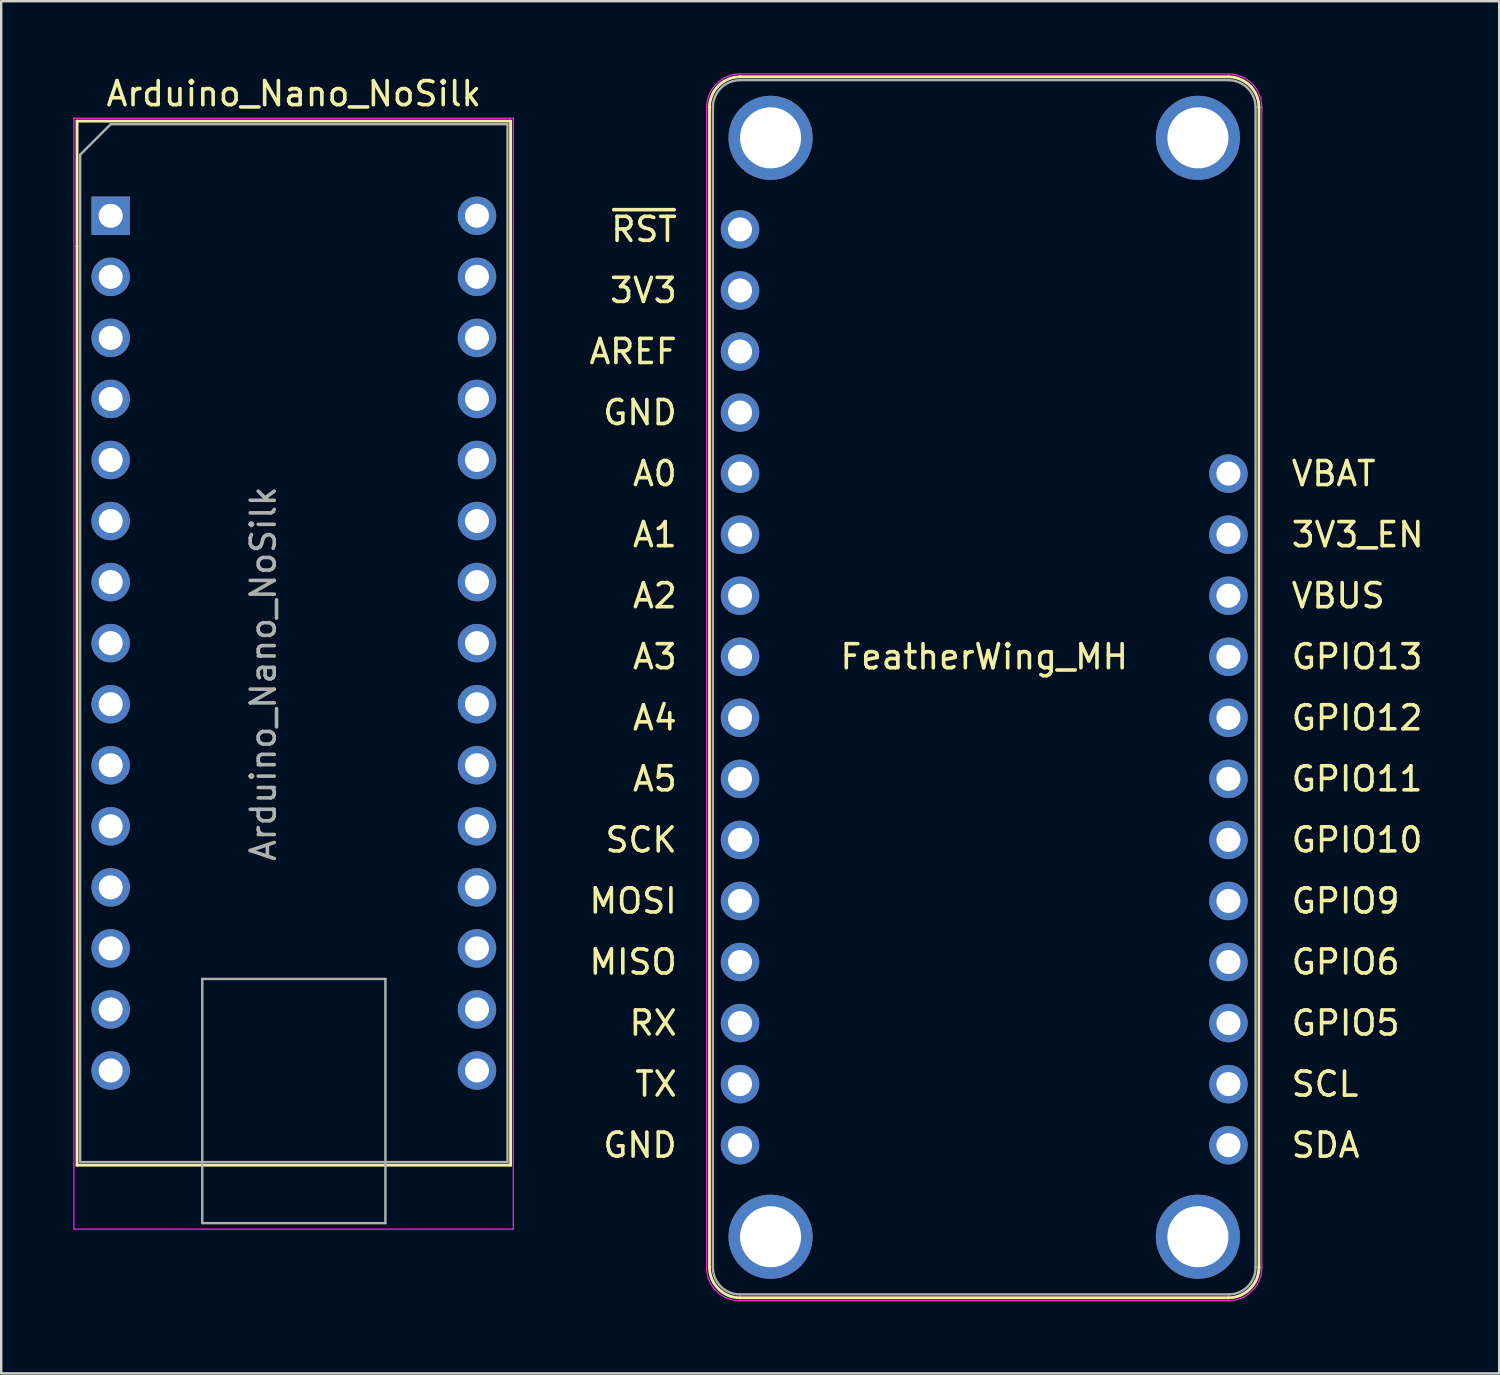
<source format=kicad_pcb>
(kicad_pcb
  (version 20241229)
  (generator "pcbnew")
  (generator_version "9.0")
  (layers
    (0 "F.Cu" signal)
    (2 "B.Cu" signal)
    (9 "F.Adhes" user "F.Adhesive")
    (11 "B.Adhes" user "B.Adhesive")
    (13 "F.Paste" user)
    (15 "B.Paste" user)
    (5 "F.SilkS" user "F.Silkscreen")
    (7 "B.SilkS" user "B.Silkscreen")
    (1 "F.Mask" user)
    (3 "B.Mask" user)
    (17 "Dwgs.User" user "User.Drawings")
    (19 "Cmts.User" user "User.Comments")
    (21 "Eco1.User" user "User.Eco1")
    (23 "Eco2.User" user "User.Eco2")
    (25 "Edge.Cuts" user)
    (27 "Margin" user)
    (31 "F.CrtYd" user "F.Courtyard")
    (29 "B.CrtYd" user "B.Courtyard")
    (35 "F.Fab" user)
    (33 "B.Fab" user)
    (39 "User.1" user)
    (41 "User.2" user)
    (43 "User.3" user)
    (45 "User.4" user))
  (footprint "FeatherWing_MH"
    (layer "F.Cu")
    (at 37.899 25.545)
    (property "Reference" "FeatherWing_MH" (at 0 -1.27 0) (layer "F.SilkS") (effects (font (size 1 1) (thickness 0.15))))
    (attr through_hole)
    (fp_line (start -11.43 24.13) (end -11.43 -24.13) (stroke (width 0.12) (type solid)) (layer "F.SilkS"))
    (fp_line (start -10.16 -25.4) (end 10.16 -25.4) (stroke (width 0.12) (type solid)) (layer "F.SilkS"))
    (fp_line (start 10.16 25.4) (end -10.16 25.4) (stroke (width 0.12) (type solid)) (layer "F.SilkS"))
    (fp_line (start 11.43 -24.13) (end 11.43 24.13) (stroke (width 0.12) (type solid)) (layer "F.SilkS"))
    (fp_arc (start -11.43 -24.13) (mid -11.058026 -25.028026) (end -10.16 -25.4) (stroke (width 0.12) (type solid)) (layer "F.SilkS"))
    (fp_arc (start -10.16 25.4) (mid -11.058026 25.028026) (end -11.43 24.13) (stroke (width 0.12) (type solid)) (layer "F.SilkS"))
    (fp_arc (start 10.16 -25.4) (mid 11.058026 -25.028026) (end 11.43 -24.13) (stroke (width 0.12) (type solid)) (layer "F.SilkS"))
    (fp_arc (start 11.43 24.13) (mid 11.058026 25.028026) (end 10.16 25.4) (stroke (width 0.12) (type solid)) (layer "F.SilkS"))
    (fp_line (start -11.55 24.18) (end -11.55 -24.12) (stroke (width 0.05) (type solid)) (layer "F.CrtYd"))
    (fp_line (start -10.16 -25.52) (end 10.16 -25.52) (stroke (width 0.05) (type solid)) (layer "F.CrtYd"))
    (fp_line (start 10.16 25.52) (end -10.19 25.52) (stroke (width 0.05) (type solid)) (layer "F.CrtYd"))
    (fp_line (start 11.55 -24.13) (end 11.55 24.13) (stroke (width 0.05) (type solid)) (layer "F.CrtYd"))
    (fp_arc (start -11.55 -24.12) (mid -11.139949 -25.109949) (end -10.15 -25.52) (stroke (width 0.05) (type solid)) (layer "F.CrtYd"))
    (fp_arc (start -10.18 25.52) (mid -11.148736 25.118736) (end -11.55 24.15) (stroke (width 0.05) (type solid)) (layer "F.CrtYd"))
    (fp_arc (start 10.16 -25.52) (mid 11.142878 -25.112878) (end 11.55 -24.13) (stroke (width 0.05) (type solid)) (layer "F.CrtYd"))
    (fp_arc (start 11.55 24.13) (mid 11.142878 25.112878) (end 10.16 25.52) (stroke (width 0.05) (type solid)) (layer "F.CrtYd"))
    (fp_line (start -11.29 24.135) (end -11.29 -24.13) (stroke (width 0.1) (type solid)) (layer "F.Fab"))
    (fp_line (start -10.16 -25.26) (end 10.16 -25.26) (stroke (width 0.1) (type solid)) (layer "F.Fab"))
    (fp_line (start 10.16 25.26) (end -10.16 25.26) (stroke (width 0.1) (type solid)) (layer "F.Fab"))
    (fp_line (start 11.29 -24.13) (end 11.29 24.13) (stroke (width 0.1) (type solid)) (layer "F.Fab"))
    (fp_arc (start -11.29 -24.13) (mid -10.959031 -24.929031) (end -10.16 -25.26) (stroke (width 0.1) (type solid)) (layer "F.Fab"))
    (fp_arc (start -10.165 25.26) (mid -10.960495 24.930495) (end -11.29 24.135) (stroke (width 0.1) (type solid)) (layer "F.Fab"))
    (fp_arc (start 10.15 -25.26) (mid 10.95196 -24.936102) (end 11.29 -24.14) (stroke (width 0.1) (type solid)) (layer "F.Fab"))
    (fp_arc (start 11.29 24.14) (mid 10.96196 24.93196) (end 10.17 25.26) (stroke (width 0.1) (type solid)) (layer "F.Fab"))
    (fp_text user "AREF" (at -12.7 -13.97 0) (layer "F.SilkS") (effects (font (size 1 1) (thickness 0.15)) (justify right)))
    (fp_text user "3V3" (at -12.7 -16.51 0) (layer "F.SilkS") (effects (font (size 1 1) (thickness 0.15)) (justify right)))
    (fp_text user "GPIO5" (at 12.7 13.97 0) (layer "F.SilkS") (effects (font (size 1 1) (thickness 0.15)) (justify left)))
    (fp_text user "A5" (at -12.7 3.81 0) (layer "F.SilkS") (effects (font (size 1 1) (thickness 0.15)) (justify right)))
    (fp_text user "GPIO6" (at 12.7 11.43 0) (layer "F.SilkS") (effects (font (size 1 1) (thickness 0.15)) (justify left)))
    (fp_text user "A4" (at -12.7 1.27 0) (layer "F.SilkS") (effects (font (size 1 1) (thickness 0.15)) (justify right)))
    (fp_text user "MOSI" (at -12.7 8.89 0) (layer "F.SilkS") (effects (font (size 1 1) (thickness 0.15)) (justify right)))
    (fp_text user "GPIO9" (at 12.7 8.89 0) (layer "F.SilkS") (effects (font (size 1 1) (thickness 0.15)) (justify left)))
    (fp_text user "GPIO11" (at 12.7 3.81 0) (layer "F.SilkS") (effects (font (size 1 1) (thickness 0.15)) (justify left)))
    (fp_text user "SCK" (at -12.7 6.35 0) (layer "F.SilkS") (effects (font (size 1 1) (thickness 0.15)) (justify right)))
    (fp_text user "GPIO12" (at 12.7 1.27 0) (layer "F.SilkS") (effects (font (size 1 1) (thickness 0.15)) (justify left)))
    (fp_text user "MISO" (at -12.7 11.43 0) (layer "F.SilkS") (effects (font (size 1 1) (thickness 0.15)) (justify right)))
    (fp_text user "RX" (at -12.7 13.97 0) (layer "F.SilkS") (effects (font (size 1 1) (thickness 0.15)) (justify right)))
    (fp_text user "GPIO10" (at 12.7 6.35 0) (layer "F.SilkS") (effects (font (size 1 1) (thickness 0.15)) (justify left)))
    (fp_text user "A1" (at -12.7 -6.35 0) (layer "F.SilkS") (effects (font (size 1 1) (thickness 0.15)) (justify right)))
    (fp_text user "A3" (at -12.7 -1.27 0) (layer "F.SilkS") (effects (font (size 1 1) (thickness 0.15)) (justify right)))
    (fp_text user "GND" (at -12.7 -11.43 0) (layer "F.SilkS") (effects (font (size 1 1) (thickness 0.15)) (justify right)))
    (fp_text user "VBUS" (at 12.7 -3.81 0) (layer "F.SilkS") (effects (font (size 1 1) (thickness 0.15)) (justify left)))
    (fp_text user "TX" (at -12.7 16.51 0) (layer "F.SilkS") (effects (font (size 1 1) (thickness 0.15)) (justify right)))
    (fp_text user "A0" (at -12.7 -8.89 0) (layer "F.SilkS") (effects (font (size 1 1) (thickness 0.15)) (justify right)))
    (fp_text user "SCL" (at 12.7 16.51 0) (layer "F.SilkS") (effects (font (size 1 1) (thickness 0.15)) (justify left)))
    (fp_text user "~{RST}" (at -12.7 -19.05 0) (layer "F.SilkS") (effects (font (size 1 1) (thickness 0.15)) (justify right)))
    (fp_text user "3V3_EN" (at 12.7 -6.35 0) (layer "F.SilkS") (effects (font (size 1 1) (thickness 0.15)) (justify left)))
    (fp_text user "GND" (at -12.7 19.05 0) (layer "F.SilkS") (effects (font (size 1 1) (thickness 0.15)) (justify right)))
    (fp_text user "SDA" (at 12.7 19.05 0) (layer "F.SilkS") (effects (font (size 1 1) (thickness 0.15)) (justify left)))
    (fp_text user "VBAT" (at 12.7 -8.89 0) (layer "F.SilkS") (effects (font (size 1 1) (thickness 0.15)) (justify left)))
    (fp_text user "A2" (at -12.7 -3.81 0) (layer "F.SilkS") (effects (font (size 1 1) (thickness 0.15)) (justify right)))
    (fp_text user "GPIO13" (at 12.7 -1.27 0) (layer "F.SilkS") (effects (font (size 1 1) (thickness 0.15)) (justify left)))
    (pad "" thru_hole circle (at -8.89 -22.86) (size 3.5 3.5) (drill 2.54) (layers "*.Cu" "*.Mask"))
    (pad "" thru_hole circle (at -8.89 22.86) (size 3.5 3.5) (drill 2.54) (layers "*.Cu" "*.Mask"))
    (pad "" thru_hole circle (at 8.89 -22.86) (size 3.5 3.5) (drill 2.54) (layers "*.Cu" "*.Mask"))
    (pad "" thru_hole circle (at 8.89 22.86) (size 3.5 3.5) (drill 2.54) (layers "*.Cu" "*.Mask"))
    (pad "1" thru_hole oval (at -10.16 -19.05) (size 1.6 1.6) (drill 1) (layers "*.Cu" "*.Mask"))
    (pad "2" thru_hole oval (at -10.16 -16.51) (size 1.6 1.6) (drill 1) (layers "*.Cu" "*.Mask"))
    (pad "3" thru_hole oval (at -10.16 -13.97) (size 1.6 1.6) (drill 1) (layers "*.Cu" "*.Mask"))
    (pad "4" thru_hole oval (at -10.16 -11.43) (size 1.6 1.6) (drill 1) (layers "*.Cu" "*.Mask"))
    (pad "5" thru_hole oval (at -10.16 -8.89) (size 1.6 1.6) (drill 1) (layers "*.Cu" "*.Mask"))
    (pad "6" thru_hole oval (at -10.16 -6.35) (size 1.6 1.6) (drill 1) (layers "*.Cu" "*.Mask"))
    (pad "7" thru_hole oval (at -10.16 -3.81) (size 1.6 1.6) (drill 1) (layers "*.Cu" "*.Mask"))
    (pad "8" thru_hole oval (at -10.16 -1.27) (size 1.6 1.6) (drill 1) (layers "*.Cu" "*.Mask"))
    (pad "9" thru_hole oval (at -10.16 1.27) (size 1.6 1.6) (drill 1) (layers "*.Cu" "*.Mask"))
    (pad "10" thru_hole oval (at -10.16 3.81) (size 1.6 1.6) (drill 1) (layers "*.Cu" "*.Mask"))
    (pad "11" thru_hole oval (at -10.16 6.35) (size 1.6 1.6) (drill 1) (layers "*.Cu" "*.Mask"))
    (pad "12" thru_hole oval (at -10.16 8.89) (size 1.6 1.6) (drill 1) (layers "*.Cu" "*.Mask"))
    (pad "13" thru_hole oval (at -10.16 11.43) (size 1.6 1.6) (drill 1) (layers "*.Cu" "*.Mask"))
    (pad "14" thru_hole oval (at -10.16 13.97) (size 1.6 1.6) (drill 1) (layers "*.Cu" "*.Mask"))
    (pad "15" thru_hole oval (at -10.16 16.51) (size 1.6 1.6) (drill 1) (layers "*.Cu" "*.Mask"))
    (pad "16" thru_hole oval (at -10.16 19.05) (size 1.6 1.6) (drill 1) (layers "*.Cu" "*.Mask"))
    (pad "17" thru_hole oval (at 10.16 19.05) (size 1.6 1.6) (drill 1) (layers "*.Cu" "*.Mask"))
    (pad "18" thru_hole oval (at 10.16 16.51) (size 1.6 1.6) (drill 1) (layers "*.Cu" "*.Mask"))
    (pad "19" thru_hole oval (at 10.16 13.97) (size 1.6 1.6) (drill 1) (layers "*.Cu" "*.Mask"))
    (pad "20" thru_hole oval (at 10.16 11.43) (size 1.6 1.6) (drill 1) (layers "*.Cu" "*.Mask"))
    (pad "21" thru_hole oval (at 10.16 8.89) (size 1.6 1.6) (drill 1) (layers "*.Cu" "*.Mask"))
    (pad "22" thru_hole oval (at 10.16 6.35) (size 1.6 1.6) (drill 1) (layers "*.Cu" "*.Mask"))
    (pad "23" thru_hole oval (at 10.16 3.81) (size 1.6 1.6) (drill 1) (layers "*.Cu" "*.Mask"))
    (pad "24" thru_hole oval (at 10.16 1.27) (size 1.6 1.6) (drill 1) (layers "*.Cu" "*.Mask"))
    (pad "25" thru_hole oval (at 10.16 -1.27) (size 1.6 1.6) (drill 1) (layers "*.Cu" "*.Mask"))
    (pad "26" thru_hole oval (at 10.16 -3.81) (size 1.6 1.6) (drill 1) (layers "*.Cu" "*.Mask"))
    (pad "27" thru_hole oval (at 10.16 -6.35) (size 1.6 1.6) (drill 1) (layers "*.Cu" "*.Mask"))
    (pad "28" thru_hole oval (at 10.16 -8.89) (size 1.6 1.6) (drill 1) (layers "*.Cu" "*.Mask")))
  (footprint "Arduino_Nano_NoSilk"
    (layer "F.Cu")
    (at 1.555 5.928)
    (property "Reference" "Arduino_Nano_NoSilk" (at 7.62 -5.08 0) (layer "F.SilkS") (effects (font (size 1 1) (thickness 0.15))))
    (attr through_hole)
    (fp_line (start -1.4 -3.94) (end -1.4 1.27) (stroke (width 0.12) (type solid)) (layer "F.SilkS"))
    (fp_line (start -1.4 1.27) (end -1.4 39.5) (stroke (width 0.12) (type solid)) (layer "F.SilkS"))
    (fp_line (start -1.4 39.5) (end 16.64 39.5) (stroke (width 0.12) (type solid)) (layer "F.SilkS"))
    (fp_line (start 16.64 -3.94) (end -1.4 -3.94) (stroke (width 0.12) (type solid)) (layer "F.SilkS"))
    (fp_line (start 16.64 39.5) (end 16.64 -3.94) (stroke (width 0.12) (type solid)) (layer "F.SilkS"))
    (fp_line (start -1.53 -4.06) (end -1.53 42.16) (stroke (width 0.05) (type solid)) (layer "F.CrtYd"))
    (fp_line (start -1.53 -4.06) (end 16.75 -4.06) (stroke (width 0.05) (type solid)) (layer "F.CrtYd"))
    (fp_line (start 16.75 42.16) (end -1.53 42.16) (stroke (width 0.05) (type solid)) (layer "F.CrtYd"))
    (fp_line (start 16.75 42.16) (end 16.75 -4.06) (stroke (width 0.05) (type solid)) (layer "F.CrtYd"))
    (fp_line (start -1.27 -2.54) (end 0 -3.81) (stroke (width 0.1) (type solid)) (layer "F.Fab"))
    (fp_line (start -1.27 39.37) (end -1.27 -2.54) (stroke (width 0.1) (type solid)) (layer "F.Fab"))
    (fp_line (start 0 -3.81) (end 16.51 -3.81) (stroke (width 0.1) (type solid)) (layer "F.Fab"))
    (fp_line (start 3.81 31.75) (end 11.43 31.75) (stroke (width 0.1) (type solid)) (layer "F.Fab"))
    (fp_line (start 3.81 41.91) (end 3.81 31.75) (stroke (width 0.1) (type solid)) (layer "F.Fab"))
    (fp_line (start 11.43 31.75) (end 11.43 41.91) (stroke (width 0.1) (type solid)) (layer "F.Fab"))
    (fp_line (start 11.43 41.91) (end 3.81 41.91) (stroke (width 0.1) (type solid)) (layer "F.Fab"))
    (fp_line (start 16.51 -3.81) (end 16.51 39.37) (stroke (width 0.1) (type solid)) (layer "F.Fab"))
    (fp_line (start 16.51 39.37) (end -1.27 39.37) (stroke (width 0.1) (type solid)) (layer "F.Fab"))
    (fp_text user "${REFERENCE}" (at 6.35 19.05 270) (layer "F.Fab") (effects (font (size 1 1) (thickness 0.15))))
    (pad "1" thru_hole rect (at 0 0) (size 1.6 1.6) (drill 1) (layers "*.Cu" "*.Mask"))
    (pad "2" thru_hole oval (at 0 2.54) (size 1.6 1.6) (drill 1) (layers "*.Cu" "*.Mask"))
    (pad "3" thru_hole oval (at 0 5.08) (size 1.6 1.6) (drill 1) (layers "*.Cu" "*.Mask"))
    (pad "4" thru_hole oval (at 0 7.62) (size 1.6 1.6) (drill 1) (layers "*.Cu" "*.Mask"))
    (pad "5" thru_hole oval (at 0 10.16) (size 1.6 1.6) (drill 1) (layers "*.Cu" "*.Mask"))
    (pad "6" thru_hole oval (at 0 12.7) (size 1.6 1.6) (drill 1) (layers "*.Cu" "*.Mask"))
    (pad "7" thru_hole oval (at 0 15.24) (size 1.6 1.6) (drill 1) (layers "*.Cu" "*.Mask"))
    (pad "8" thru_hole oval (at 0 17.78) (size 1.6 1.6) (drill 1) (layers "*.Cu" "*.Mask"))
    (pad "9" thru_hole oval (at 0 20.32) (size 1.6 1.6) (drill 1) (layers "*.Cu" "*.Mask"))
    (pad "10" thru_hole oval (at 0 22.86) (size 1.6 1.6) (drill 1) (layers "*.Cu" "*.Mask"))
    (pad "11" thru_hole oval (at 0 25.4) (size 1.6 1.6) (drill 1) (layers "*.Cu" "*.Mask"))
    (pad "12" thru_hole oval (at 0 27.94) (size 1.6 1.6) (drill 1) (layers "*.Cu" "*.Mask"))
    (pad "13" thru_hole oval (at 0 30.48) (size 1.6 1.6) (drill 1) (layers "*.Cu" "*.Mask"))
    (pad "14" thru_hole oval (at 0 33.02) (size 1.6 1.6) (drill 1) (layers "*.Cu" "*.Mask"))
    (pad "15" thru_hole oval (at 0 35.56) (size 1.6 1.6) (drill 1) (layers "*.Cu" "*.Mask"))
    (pad "16" thru_hole oval (at 15.24 35.56) (size 1.6 1.6) (drill 1) (layers "*.Cu" "*.Mask"))
    (pad "17" thru_hole oval (at 15.24 33.02) (size 1.6 1.6) (drill 1) (layers "*.Cu" "*.Mask"))
    (pad "18" thru_hole oval (at 15.24 30.48) (size 1.6 1.6) (drill 1) (layers "*.Cu" "*.Mask"))
    (pad "19" thru_hole oval (at 15.24 27.94) (size 1.6 1.6) (drill 1) (layers "*.Cu" "*.Mask"))
    (pad "20" thru_hole oval (at 15.24 25.4) (size 1.6 1.6) (drill 1) (layers "*.Cu" "*.Mask"))
    (pad "21" thru_hole oval (at 15.24 22.86) (size 1.6 1.6) (drill 1) (layers "*.Cu" "*.Mask"))
    (pad "22" thru_hole oval (at 15.24 20.32) (size 1.6 1.6) (drill 1) (layers "*.Cu" "*.Mask"))
    (pad "23" thru_hole oval (at 15.24 17.78) (size 1.6 1.6) (drill 1) (layers "*.Cu" "*.Mask"))
    (pad "24" thru_hole oval (at 15.24 15.24) (size 1.6 1.6) (drill 1) (layers "*.Cu" "*.Mask"))
    (pad "25" thru_hole oval (at 15.24 12.7) (size 1.6 1.6) (drill 1) (layers "*.Cu" "*.Mask"))
    (pad "26" thru_hole oval (at 15.24 10.16) (size 1.6 1.6) (drill 1) (layers "*.Cu" "*.Mask"))
    (pad "27" thru_hole oval (at 15.24 7.62) (size 1.6 1.6) (drill 1) (layers "*.Cu" "*.Mask"))
    (pad "28" thru_hole oval (at 15.24 5.08) (size 1.6 1.6) (drill 1) (layers "*.Cu" "*.Mask"))
    (pad "29" thru_hole oval (at 15.24 2.54) (size 1.6 1.6) (drill 1) (layers "*.Cu" "*.Mask"))
    (pad "30" thru_hole oval (at 15.24 0) (size 1.6 1.6) (drill 1) (layers "*.Cu" "*.Mask")))
  (gr_rect
    (start -3 -3)
    (end 59.325 54.09)
    (stroke (width 0.1) (type default))
    (fill no)
    (layer "Edge.Cuts")))
</source>
